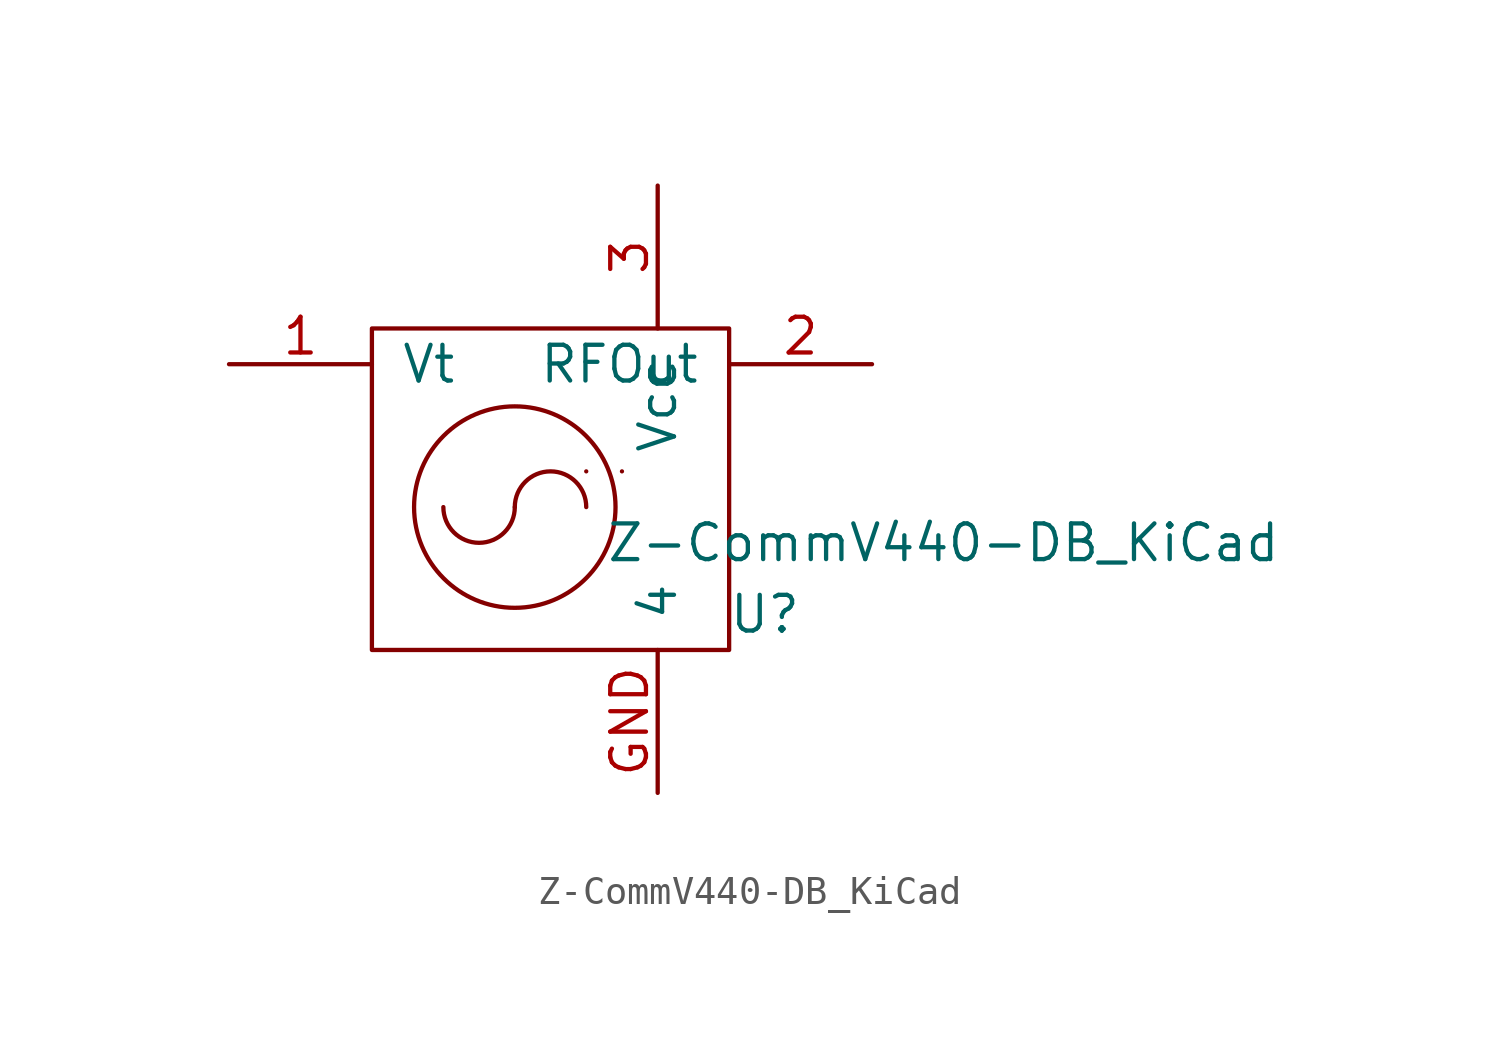
<source format=kicad_sym>
(kicad_symbol_lib
  (version 20210619)
  (generator kicad_symbol_editor)
  (symbol "LMX2332V01-rescue:Z-CommV440-DB_KiCad"
    (pin_names
      (offset 1.016))
    (property "Reference" "U"
      (at 7.62 -5.08 0)
      (effects (font (size 1.27 1.27))))
    (property "Value" "Z-CommV440-DB_KiCad"
      (at 13.97 -2.54 0)
      (effects (font (size 1.27 1.27))))
    (symbol "Z-CommV440-DB_KiCad_0_1"
      (arc (start -3.81 -1.27) (end -1.27 -1.27) (radius (at -2.54 -1.27) (length 1.27) (angles -179.9 -0.1)) (stroke (width 0)) (fill (type none)))
      (arc (start 1.27 -1.27) (end -1.27 -1.27) (radius (at 0 -1.27) (length 1.27) (angles 0.1 179.9)) (stroke (width 0)) (fill (type none)))
      (arc (start 1.27 0) (end 1.27 0) (radius (at 1.27 0) (length 0) (angles 0 0)) (stroke (width 0)) (fill (type none)))
      (arc (start 2.54 0) (end 2.54 0) (radius (at 2.54 0) (length 0) (angles 0 0)) (stroke (width 0)) (fill (type none)))
      (circle (center -1.27 -1.27) (radius 3.581) (stroke (width 0)) (fill (type none)))
      (rectangle (start -6.35 5.08) (end 6.35 -6.35) (stroke (width 0)) (fill (type none))))
    (symbol "Z-CommV440-DB_KiCad_1_1"
      (pin input line (at -11.43 3.81 0) (length 5.08) (name "Vt" (effects (font (size 1.27 1.27)))) (number "1" (effects (font (size 1.27 1.27)))))
      (pin output line (at 11.43 3.81 180) (length 5.08) (name "RFOut" (effects (font (size 1.27 1.27)))) (number "2" (effects (font (size 1.27 1.27)))))
      (pin output line (at 3.81 10.16 270) (length 5.08) (name "Vcc" (effects (font (size 1.27 1.27)))) (number "3" (effects (font (size 1.27 1.27)))))
      (pin input line (at 3.81 -11.43 90) (length 5.08) (name "4" (effects (font (size 1.27 1.27)))) (number "GND" (effects (font (size 1.27 1.27))))))))
</source>
